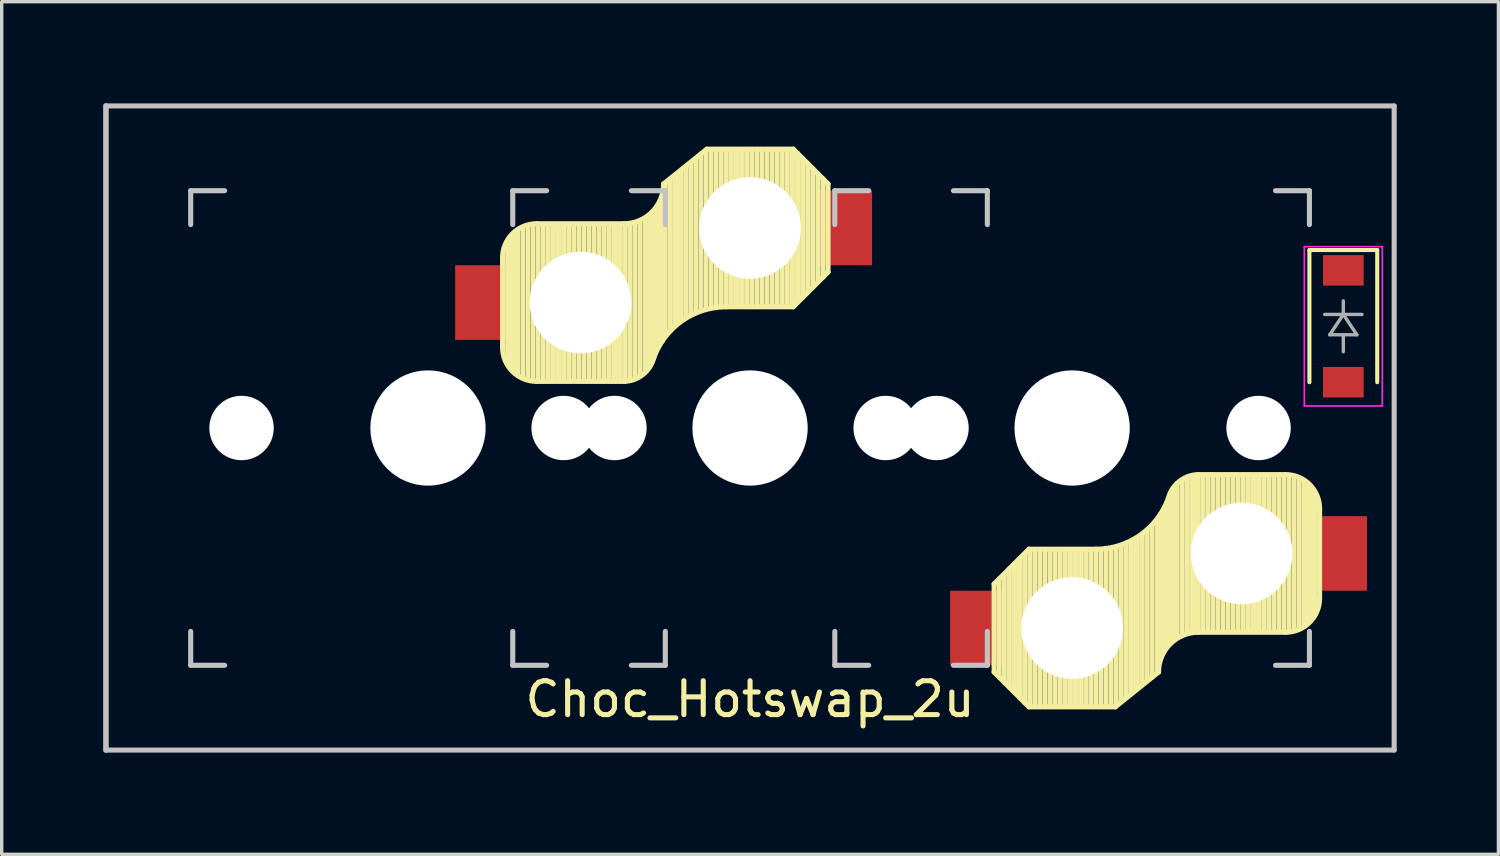
<source format=kicad_pcb>
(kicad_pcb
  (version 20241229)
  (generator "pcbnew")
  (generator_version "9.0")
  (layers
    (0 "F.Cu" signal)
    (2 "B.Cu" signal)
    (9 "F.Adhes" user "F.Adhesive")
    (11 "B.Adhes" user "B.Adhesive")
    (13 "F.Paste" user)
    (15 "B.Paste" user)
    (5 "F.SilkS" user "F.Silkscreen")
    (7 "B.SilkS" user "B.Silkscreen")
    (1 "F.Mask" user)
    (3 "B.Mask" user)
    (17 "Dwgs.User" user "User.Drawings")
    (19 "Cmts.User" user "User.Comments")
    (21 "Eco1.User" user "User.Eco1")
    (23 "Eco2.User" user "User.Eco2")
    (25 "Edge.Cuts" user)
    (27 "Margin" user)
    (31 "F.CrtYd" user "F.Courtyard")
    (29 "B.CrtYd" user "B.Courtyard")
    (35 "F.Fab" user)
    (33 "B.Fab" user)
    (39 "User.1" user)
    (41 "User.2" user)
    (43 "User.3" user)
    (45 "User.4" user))
  (footprint "Choc_Hotswap_2u"
    (layer "F.Cu")
    (at 19.075 9.575)
    (property "Reference" "Choc_Hotswap_2u" (at 0 8 0) (layer "F.SilkS") (effects (font (size 1 1) (thickness 0.15))))
    (attr through_hole)
    (fp_line (start -7.3 -5.025) (end -7.3 -2.375) (stroke (width 0.15) (type solid)) (layer "F.SilkS"))
    (fp_line (start -7.15 -1.95) (end -7.15 -5.5) (stroke (width 0.15) (type solid)) (layer "F.SilkS"))
    (fp_line (start -7.05 -1.8) (end -7.05 -5.55) (stroke (width 0.15) (type solid)) (layer "F.SilkS"))
    (fp_line (start -6.95 -1.7) (end -6.95 -5.65) (stroke (width 0.15) (type solid)) (layer "F.SilkS"))
    (fp_line (start -6.85 -1.6) (end -6.85 -5.8) (stroke (width 0.15) (type solid)) (layer "F.SilkS"))
    (fp_line (start -6.7 -1.5) (end -6.7 -5.9) (stroke (width 0.15) (type solid)) (layer "F.SilkS"))
    (fp_line (start -6.55 -1.45) (end -6.55 -5.95) (stroke (width 0.15) (type solid)) (layer "F.SilkS"))
    (fp_line (start -6.4 -1.4) (end -6.4 -5.95) (stroke (width 0.15) (type solid)) (layer "F.SilkS"))
    (fp_line (start -6.3 -6.025) (end -3.725 -6.025) (stroke (width 0.15) (type solid)) (layer "F.SilkS"))
    (fp_line (start -6.3 -1.375) (end -3.7 -1.375) (stroke (width 0.15) (type solid)) (layer "F.SilkS"))
    (fp_line (start -6.25 -1.4) (end -6.25 -6) (stroke (width 0.15) (type solid)) (layer "F.SilkS"))
    (fp_line (start -6.1 -1.4) (end -6.1 -6) (stroke (width 0.15) (type solid)) (layer "F.SilkS"))
    (fp_line (start -5.95 -1.4) (end -5.95 -6) (stroke (width 0.15) (type solid)) (layer "F.SilkS"))
    (fp_line (start -5.8 -1.4) (end -5.8 -6) (stroke (width 0.15) (type solid)) (layer "F.SilkS"))
    (fp_line (start -5.65 -1.4) (end -5.65 -6) (stroke (width 0.15) (type solid)) (layer "F.SilkS"))
    (fp_line (start -5.5 -1.4) (end -5.5 -6) (stroke (width 0.15) (type solid)) (layer "F.SilkS"))
    (fp_line (start -5.35 -1.4) (end -5.35 -6) (stroke (width 0.15) (type solid)) (layer "F.SilkS"))
    (fp_line (start -5.2 -1.4) (end -5.2 -6) (stroke (width 0.15) (type solid)) (layer "F.SilkS"))
    (fp_line (start -5.05 -1.4) (end -5.05 -6) (stroke (width 0.15) (type solid)) (layer "F.SilkS"))
    (fp_line (start -4.9 -1.4) (end -4.9 -6) (stroke (width 0.15) (type solid)) (layer "F.SilkS"))
    (fp_line (start -4.75 -1.4) (end -4.75 -6) (stroke (width 0.15) (type solid)) (layer "F.SilkS"))
    (fp_line (start -4.6 -1.4) (end -4.6 -6) (stroke (width 0.15) (type solid)) (layer "F.SilkS"))
    (fp_line (start -4.45 -1.4) (end -4.45 -6) (stroke (width 0.15) (type solid)) (layer "F.SilkS"))
    (fp_line (start -4.3 -1.4) (end -4.3 -6) (stroke (width 0.15) (type solid)) (layer "F.SilkS"))
    (fp_line (start -4.15 -1.4) (end -4.15 -6) (stroke (width 0.15) (type solid)) (layer "F.SilkS"))
    (fp_line (start -4 -1.4) (end -4 -6) (stroke (width 0.15) (type solid)) (layer "F.SilkS"))
    (fp_line (start -3.85 -1.4) (end -3.85 -5.95) (stroke (width 0.15) (type solid)) (layer "F.SilkS"))
    (fp_line (start -3.7 -1.4) (end -3.7 -6) (stroke (width 0.15) (type solid)) (layer "F.SilkS"))
    (fp_line (start -3.55 -1.4) (end -3.55 -6) (stroke (width 0.15) (type solid)) (layer "F.SilkS"))
    (fp_line (start -3.4 -1.45) (end -3.4 -6) (stroke (width 0.15) (type solid)) (layer "F.SilkS"))
    (fp_line (start -3.25 -1.55) (end -3.25 -6.1) (stroke (width 0.15) (type solid)) (layer "F.SilkS"))
    (fp_line (start -3.1 -1.65) (end -3.1 -6.15) (stroke (width 0.15) (type solid)) (layer "F.SilkS"))
    (fp_line (start -3 -1.8) (end -3 -6.2) (stroke (width 0.15) (type solid)) (layer "F.SilkS"))
    (fp_line (start -2.9 -2.05) (end -2.9 -6.25) (stroke (width 0.15) (type solid)) (layer "F.SilkS"))
    (fp_line (start -2.8 -2.2) (end -2.8 -6.35) (stroke (width 0.15) (type solid)) (layer "F.SilkS"))
    (fp_line (start -2.7 -2.4) (end -2.7 -6.55) (stroke (width 0.15) (type solid)) (layer "F.SilkS"))
    (fp_line (start -2.6 -2.55) (end -2.6 -6.7) (stroke (width 0.15) (type solid)) (layer "F.SilkS"))
    (fp_line (start -2.5 -2.75) (end -2.5 -7.2) (stroke (width 0.15) (type solid)) (layer "F.SilkS"))
    (fp_line (start -2.35 -2.9) (end -2.35 -7.35) (stroke (width 0.15) (type solid)) (layer "F.SilkS"))
    (fp_line (start -2.2 -3.05) (end -2.2 -7.45) (stroke (width 0.15) (type solid)) (layer "F.SilkS"))
    (fp_line (start -2.05 -3.15) (end -2.05 -7.55) (stroke (width 0.15) (type solid)) (layer "F.SilkS"))
    (fp_line (start -1.9 -3.25) (end -1.9 -7.7) (stroke (width 0.15) (type solid)) (layer "F.SilkS"))
    (fp_line (start -1.75 -3.35) (end -1.75 -7.8) (stroke (width 0.15) (type solid)) (layer "F.SilkS"))
    (fp_line (start -1.6 -3.4) (end -1.6 -7.95) (stroke (width 0.15) (type solid)) (layer "F.SilkS"))
    (fp_line (start -1.45 -3.5) (end -1.45 -8.05) (stroke (width 0.15) (type solid)) (layer "F.SilkS"))
    (fp_line (start -1.3 -3.55) (end -1.3 -8.15) (stroke (width 0.15) (type solid)) (layer "F.SilkS"))
    (fp_line (start -1.275 -8.225) (end -2.55 -7.2) (stroke (width 0.15) (type solid)) (layer "F.SilkS"))
    (fp_line (start -1.275 -8.225) (end 1.275 -8.225) (stroke (width 0.15) (type solid)) (layer "F.SilkS"))
    (fp_line (start -1.15 -3.55) (end -1.15 -8.2) (stroke (width 0.15) (type solid)) (layer "F.SilkS"))
    (fp_line (start -1 -3.55) (end -1 -8.2) (stroke (width 0.15) (type solid)) (layer "F.SilkS"))
    (fp_line (start -0.85 -3.6) (end -0.85 -8.15) (stroke (width 0.15) (type solid)) (layer "F.SilkS"))
    (fp_line (start -0.7 -3.6) (end -0.7 -8.2) (stroke (width 0.15) (type solid)) (layer "F.SilkS"))
    (fp_line (start -0.7 -3.575) (end 1.275 -3.575) (stroke (width 0.15) (type solid)) (layer "F.SilkS"))
    (fp_line (start -0.55 -3.6) (end -0.55 -8.2) (stroke (width 0.15) (type solid)) (layer "F.SilkS"))
    (fp_line (start -0.4 -3.6) (end -0.4 -8.2) (stroke (width 0.15) (type solid)) (layer "F.SilkS"))
    (fp_line (start -0.25 -3.6) (end -0.25 -8.2) (stroke (width 0.15) (type solid)) (layer "F.SilkS"))
    (fp_line (start -0.1 -3.6) (end -0.1 -8.2) (stroke (width 0.15) (type solid)) (layer "F.SilkS"))
    (fp_line (start 0.05 -3.6) (end 0.05 -8.2) (stroke (width 0.15) (type solid)) (layer "F.SilkS"))
    (fp_line (start 0.2 -3.6) (end 0.2 -8.2) (stroke (width 0.15) (type solid)) (layer "F.SilkS"))
    (fp_line (start 0.35 -3.6) (end 0.35 -8.2) (stroke (width 0.15) (type solid)) (layer "F.SilkS"))
    (fp_line (start 0.5 -3.6) (end 0.5 -8.2) (stroke (width 0.15) (type solid)) (layer "F.SilkS"))
    (fp_line (start 0.65 -3.6) (end 0.65 -8.2) (stroke (width 0.15) (type solid)) (layer "F.SilkS"))
    (fp_line (start 0.8 -3.6) (end 0.8 -8.2) (stroke (width 0.15) (type solid)) (layer "F.SilkS"))
    (fp_line (start 0.95 -3.6) (end 0.95 -8.2) (stroke (width 0.15) (type solid)) (layer "F.SilkS"))
    (fp_line (start 1.1 -3.6) (end 1.1 -8.2) (stroke (width 0.15) (type solid)) (layer "F.SilkS"))
    (fp_line (start 1.25 -3.6) (end 1.25 -8.2) (stroke (width 0.15) (type solid)) (layer "F.SilkS"))
    (fp_line (start 1.4 -3.75) (end 1.4 -8.1) (stroke (width 0.15) (type solid)) (layer "F.SilkS"))
    (fp_line (start 1.55 -3.85) (end 1.55 -7.95) (stroke (width 0.15) (type solid)) (layer "F.SilkS"))
    (fp_line (start 1.7 -4) (end 1.7 -7.8) (stroke (width 0.15) (type solid)) (layer "F.SilkS"))
    (fp_line (start 1.85 -4.15) (end 1.85 -7.65) (stroke (width 0.15) (type solid)) (layer "F.SilkS"))
    (fp_line (start 2 -4.35) (end 2 -7.5) (stroke (width 0.15) (type solid)) (layer "F.SilkS"))
    (fp_line (start 2.15 -4.45) (end 2.15 -7.35) (stroke (width 0.15) (type solid)) (layer "F.SilkS"))
    (fp_line (start 2.3 -7.2) (end 1.275 -8.225) (stroke (width 0.15) (type solid)) (layer "F.SilkS"))
    (fp_line (start 2.3 -7.2) (end 2.3 -4.6) (stroke (width 0.15) (type solid)) (layer "F.SilkS"))
    (fp_line (start 2.3 -4.6) (end 1.275 -3.575) (stroke (width 0.15) (type solid)) (layer "F.SilkS"))
    (fp_line (start 7.2 4.6) (end 8.225 3.575) (stroke (width 0.15) (type solid)) (layer "F.SilkS"))
    (fp_line (start 7.2 7.2) (end 7.2 4.6) (stroke (width 0.15) (type solid)) (layer "F.SilkS"))
    (fp_line (start 7.2 7.2) (end 8.225 8.225) (stroke (width 0.15) (type solid)) (layer "F.SilkS"))
    (fp_line (start 7.35 4.45) (end 7.35 7.35) (stroke (width 0.15) (type solid)) (layer "F.SilkS"))
    (fp_line (start 7.5 4.35) (end 7.5 7.5) (stroke (width 0.15) (type solid)) (layer "F.SilkS"))
    (fp_line (start 7.65 4.15) (end 7.65 7.65) (stroke (width 0.15) (type solid)) (layer "F.SilkS"))
    (fp_line (start 7.8 4) (end 7.8 7.8) (stroke (width 0.15) (type solid)) (layer "F.SilkS"))
    (fp_line (start 7.95 3.85) (end 7.95 7.95) (stroke (width 0.15) (type solid)) (layer "F.SilkS"))
    (fp_line (start 8.1 3.75) (end 8.1 8.1) (stroke (width 0.15) (type solid)) (layer "F.SilkS"))
    (fp_line (start 8.25 3.6) (end 8.25 8.2) (stroke (width 0.15) (type solid)) (layer "F.SilkS"))
    (fp_line (start 8.4 3.6) (end 8.4 8.2) (stroke (width 0.15) (type solid)) (layer "F.SilkS"))
    (fp_line (start 8.55 3.6) (end 8.55 8.2) (stroke (width 0.15) (type solid)) (layer "F.SilkS"))
    (fp_line (start 8.7 3.6) (end 8.7 8.2) (stroke (width 0.15) (type solid)) (layer "F.SilkS"))
    (fp_line (start 8.85 3.6) (end 8.85 8.2) (stroke (width 0.15) (type solid)) (layer "F.SilkS"))
    (fp_line (start 9 3.6) (end 9 8.2) (stroke (width 0.15) (type solid)) (layer "F.SilkS"))
    (fp_line (start 9.15 3.6) (end 9.15 8.2) (stroke (width 0.15) (type solid)) (layer "F.SilkS"))
    (fp_line (start 9.3 3.6) (end 9.3 8.2) (stroke (width 0.15) (type solid)) (layer "F.SilkS"))
    (fp_line (start 9.45 3.6) (end 9.45 8.2) (stroke (width 0.15) (type solid)) (layer "F.SilkS"))
    (fp_line (start 9.6 3.6) (end 9.6 8.2) (stroke (width 0.15) (type solid)) (layer "F.SilkS"))
    (fp_line (start 9.75 3.6) (end 9.75 8.2) (stroke (width 0.15) (type solid)) (layer "F.SilkS"))
    (fp_line (start 9.9 3.6) (end 9.9 8.2) (stroke (width 0.15) (type solid)) (layer "F.SilkS"))
    (fp_line (start 10.05 3.6) (end 10.05 8.2) (stroke (width 0.15) (type solid)) (layer "F.SilkS"))
    (fp_line (start 10.2 3.575) (end 8.225 3.575) (stroke (width 0.15) (type solid)) (layer "F.SilkS"))
    (fp_line (start 10.2 3.6) (end 10.2 8.2) (stroke (width 0.15) (type solid)) (layer "F.SilkS"))
    (fp_line (start 10.35 3.6) (end 10.35 8.15) (stroke (width 0.15) (type solid)) (layer "F.SilkS"))
    (fp_line (start 10.5 3.55) (end 10.5 8.2) (stroke (width 0.15) (type solid)) (layer "F.SilkS"))
    (fp_line (start 10.65 3.55) (end 10.65 8.2) (stroke (width 0.15) (type solid)) (layer "F.SilkS"))
    (fp_line (start 10.775 8.225) (end 8.225 8.225) (stroke (width 0.15) (type solid)) (layer "F.SilkS"))
    (fp_line (start 10.775 8.225) (end 12.05 7.2) (stroke (width 0.15) (type solid)) (layer "F.SilkS"))
    (fp_line (start 10.8 3.55) (end 10.8 8.15) (stroke (width 0.15) (type solid)) (layer "F.SilkS"))
    (fp_line (start 10.95 3.5) (end 10.95 8.05) (stroke (width 0.15) (type solid)) (layer "F.SilkS"))
    (fp_line (start 11.1 3.4) (end 11.1 7.95) (stroke (width 0.15) (type solid)) (layer "F.SilkS"))
    (fp_line (start 11.25 3.35) (end 11.25 7.8) (stroke (width 0.15) (type solid)) (layer "F.SilkS"))
    (fp_line (start 11.4 3.25) (end 11.4 7.7) (stroke (width 0.15) (type solid)) (layer "F.SilkS"))
    (fp_line (start 11.55 3.15) (end 11.55 7.55) (stroke (width 0.15) (type solid)) (layer "F.SilkS"))
    (fp_line (start 11.7 3.05) (end 11.7 7.45) (stroke (width 0.15) (type solid)) (layer "F.SilkS"))
    (fp_line (start 11.85 2.9) (end 11.85 7.35) (stroke (width 0.15) (type solid)) (layer "F.SilkS"))
    (fp_line (start 12 2.75) (end 12 7.2) (stroke (width 0.15) (type solid)) (layer "F.SilkS"))
    (fp_line (start 12.1 2.55) (end 12.1 6.7) (stroke (width 0.15) (type solid)) (layer "F.SilkS"))
    (fp_line (start 12.2 2.4) (end 12.2 6.55) (stroke (width 0.15) (type solid)) (layer "F.SilkS"))
    (fp_line (start 12.3 2.2) (end 12.3 6.35) (stroke (width 0.15) (type solid)) (layer "F.SilkS"))
    (fp_line (start 12.4 2.05) (end 12.4 6.25) (stroke (width 0.15) (type solid)) (layer "F.SilkS"))
    (fp_line (start 12.5 1.8) (end 12.5 6.2) (stroke (width 0.15) (type solid)) (layer "F.SilkS"))
    (fp_line (start 12.6 1.65) (end 12.6 6.15) (stroke (width 0.15) (type solid)) (layer "F.SilkS"))
    (fp_line (start 12.75 1.55) (end 12.75 6.1) (stroke (width 0.15) (type solid)) (layer "F.SilkS"))
    (fp_line (start 12.9 1.45) (end 12.9 6) (stroke (width 0.15) (type solid)) (layer "F.SilkS"))
    (fp_line (start 13.05 1.4) (end 13.05 6) (stroke (width 0.15) (type solid)) (layer "F.SilkS"))
    (fp_line (start 13.2 1.4) (end 13.2 6) (stroke (width 0.15) (type solid)) (layer "F.SilkS"))
    (fp_line (start 13.35 1.4) (end 13.35 5.95) (stroke (width 0.15) (type solid)) (layer "F.SilkS"))
    (fp_line (start 13.5 1.4) (end 13.5 6) (stroke (width 0.15) (type solid)) (layer "F.SilkS"))
    (fp_line (start 13.65 1.4) (end 13.65 6) (stroke (width 0.15) (type solid)) (layer "F.SilkS"))
    (fp_line (start 13.8 1.4) (end 13.8 6) (stroke (width 0.15) (type solid)) (layer "F.SilkS"))
    (fp_line (start 13.95 1.4) (end 13.95 6) (stroke (width 0.15) (type solid)) (layer "F.SilkS"))
    (fp_line (start 14.1 1.4) (end 14.1 6) (stroke (width 0.15) (type solid)) (layer "F.SilkS"))
    (fp_line (start 14.25 1.4) (end 14.25 6) (stroke (width 0.15) (type solid)) (layer "F.SilkS"))
    (fp_line (start 14.4 1.4) (end 14.4 6) (stroke (width 0.15) (type solid)) (layer "F.SilkS"))
    (fp_line (start 14.55 1.4) (end 14.55 6) (stroke (width 0.15) (type solid)) (layer "F.SilkS"))
    (fp_line (start 14.7 1.4) (end 14.7 6) (stroke (width 0.15) (type solid)) (layer "F.SilkS"))
    (fp_line (start 14.85 1.4) (end 14.85 6) (stroke (width 0.15) (type solid)) (layer "F.SilkS"))
    (fp_line (start 15 1.4) (end 15 6) (stroke (width 0.15) (type solid)) (layer "F.SilkS"))
    (fp_line (start 15.15 1.4) (end 15.15 6) (stroke (width 0.15) (type solid)) (layer "F.SilkS"))
    (fp_line (start 15.3 1.4) (end 15.3 6) (stroke (width 0.15) (type solid)) (layer "F.SilkS"))
    (fp_line (start 15.45 1.4) (end 15.45 6) (stroke (width 0.15) (type solid)) (layer "F.SilkS"))
    (fp_line (start 15.6 1.4) (end 15.6 6) (stroke (width 0.15) (type solid)) (layer "F.SilkS"))
    (fp_line (start 15.75 1.4) (end 15.75 6) (stroke (width 0.15) (type solid)) (layer "F.SilkS"))
    (fp_line (start 15.8 1.375) (end 13.2 1.375) (stroke (width 0.15) (type solid)) (layer "F.SilkS"))
    (fp_line (start 15.8 6.025) (end 13.225 6.025) (stroke (width 0.15) (type solid)) (layer "F.SilkS"))
    (fp_line (start 15.9 1.4) (end 15.9 5.95) (stroke (width 0.15) (type solid)) (layer "F.SilkS"))
    (fp_line (start 16.05 1.45) (end 16.05 5.95) (stroke (width 0.15) (type solid)) (layer "F.SilkS"))
    (fp_line (start 16.2 1.5) (end 16.2 5.9) (stroke (width 0.15) (type solid)) (layer "F.SilkS"))
    (fp_line (start 16.35 1.6) (end 16.35 5.8) (stroke (width 0.15) (type solid)) (layer "F.SilkS"))
    (fp_line (start 16.45 1.7) (end 16.45 5.65) (stroke (width 0.15) (type solid)) (layer "F.SilkS"))
    (fp_line (start 16.5 -5.25) (end 16.5 -1.35) (stroke (width 0.12) (type solid)) (layer "F.SilkS"))
    (fp_line (start 16.55 1.8) (end 16.55 5.55) (stroke (width 0.15) (type solid)) (layer "F.SilkS"))
    (fp_line (start 16.65 1.95) (end 16.65 5.5) (stroke (width 0.15) (type solid)) (layer "F.SilkS"))
    (fp_line (start 16.8 5.025) (end 16.8 2.375) (stroke (width 0.15) (type solid)) (layer "F.SilkS"))
    (fp_line (start 18.5 -5.25) (end 16.5 -5.25) (stroke (width 0.12) (type solid)) (layer "F.SilkS"))
    (fp_line (start 18.5 -5.25) (end 18.5 -1.35) (stroke (width 0.12) (type solid)) (layer "F.SilkS"))
    (fp_arc (start -7.3 -5.025) (mid -7.007107 -5.732107) (end -6.3 -6.025) (stroke (width 0.15) (type solid)) (layer "F.SilkS"))
    (fp_arc (start -6.3 -1.375) (mid -7.007107 -1.667893) (end -7.3 -2.375) (stroke (width 0.15) (type solid)) (layer "F.SilkS"))
    (fp_arc (start -2.837801 -2.078096) (mid -3.151716 -1.583979) (end -3.699005 -1.376209) (stroke (width 0.15) (type solid)) (layer "F.SilkS"))
    (fp_arc (start -2.837801 -2.078096) (mid -2.004887 -3.163571) (end -0.7 -3.575) (stroke (width 0.15) (type solid)) (layer "F.SilkS"))
    (fp_arc (start -2.55 -7.2) (mid -2.89415 -6.36915) (end -3.725 -6.025) (stroke (width 0.15) (type solid)) (layer "F.SilkS"))
    (fp_arc (start 12.05 7.2) (mid 12.39415 6.36915) (end 13.225 6.025) (stroke (width 0.15) (type solid)) (layer "F.SilkS"))
    (fp_arc (start 12.337801 2.078096) (mid 11.504887 3.163571) (end 10.2 3.575) (stroke (width 0.15) (type solid)) (layer "F.SilkS"))
    (fp_arc (start 12.337801 2.078096) (mid 12.651716 1.583979) (end 13.199005 1.376209) (stroke (width 0.15) (type solid)) (layer "F.SilkS"))
    (fp_arc (start 15.8 1.375) (mid 16.507107 1.667893) (end 16.8 2.375) (stroke (width 0.15) (type solid)) (layer "F.SilkS"))
    (fp_arc (start 16.8 5.025) (mid 16.507107 5.732107) (end 15.8 6.025) (stroke (width 0.15) (type solid)) (layer "F.SilkS"))
    (fp_line (start -19 -9.5) (end -19 9.5) (stroke (width 0.15) (type solid)) (layer "Dwgs.User"))
    (fp_line (start -19 -9.5) (end 19 -9.5) (stroke (width 0.15) (type solid)) (layer "Dwgs.User"))
    (fp_line (start -19 9.5) (end -19 -9.5) (stroke (width 0.15) (type solid)) (layer "Dwgs.User"))
    (fp_line (start -16.5 -7) (end -15.5 -7) (stroke (width 0.15) (type solid)) (layer "Dwgs.User"))
    (fp_line (start -16.5 -6) (end -16.5 -7) (stroke (width 0.15) (type solid)) (layer "Dwgs.User"))
    (fp_line (start -16.5 7) (end -16.5 6) (stroke (width 0.15) (type solid)) (layer "Dwgs.User"))
    (fp_line (start -15.5 7) (end -16.5 7) (stroke (width 0.15) (type solid)) (layer "Dwgs.User"))
    (fp_line (start -7 -7) (end -7 -6) (stroke (width 0.15) (type solid)) (layer "Dwgs.User"))
    (fp_line (start -7 6) (end -7 7) (stroke (width 0.15) (type solid)) (layer "Dwgs.User"))
    (fp_line (start -7 7) (end -6 7) (stroke (width 0.15) (type solid)) (layer "Dwgs.User"))
    (fp_line (start -6 -7) (end -7 -7) (stroke (width 0.15) (type solid)) (layer "Dwgs.User"))
    (fp_line (start -3.5 7) (end -2.5 7) (stroke (width 0.15) (type solid)) (layer "Dwgs.User"))
    (fp_line (start -2.5 -7) (end -3.5 -7) (stroke (width 0.15) (type solid)) (layer "Dwgs.User"))
    (fp_line (start -2.5 -6) (end -2.5 -7) (stroke (width 0.15) (type solid)) (layer "Dwgs.User"))
    (fp_line (start -2.5 7) (end -2.5 6) (stroke (width 0.15) (type solid)) (layer "Dwgs.User"))
    (fp_line (start 2.5 -7) (end 3.5 -7) (stroke (width 0.15) (type solid)) (layer "Dwgs.User"))
    (fp_line (start 2.5 -6) (end 2.5 -7) (stroke (width 0.15) (type solid)) (layer "Dwgs.User"))
    (fp_line (start 2.5 7) (end 2.5 6) (stroke (width 0.15) (type solid)) (layer "Dwgs.User"))
    (fp_line (start 3.5 7) (end 2.5 7) (stroke (width 0.15) (type solid)) (layer "Dwgs.User"))
    (fp_line (start 6 -7) (end 7 -7) (stroke (width 0.15) (type solid)) (layer "Dwgs.User"))
    (fp_line (start 7 -7) (end 7 -6) (stroke (width 0.15) (type solid)) (layer "Dwgs.User"))
    (fp_line (start 7 6) (end 7 7) (stroke (width 0.15) (type solid)) (layer "Dwgs.User"))
    (fp_line (start 7 7) (end 6 7) (stroke (width 0.15) (type solid)) (layer "Dwgs.User"))
    (fp_line (start 15.5 7) (end 16.5 7) (stroke (width 0.15) (type solid)) (layer "Dwgs.User"))
    (fp_line (start 16.5 -7) (end 15.5 -7) (stroke (width 0.15) (type solid)) (layer "Dwgs.User"))
    (fp_line (start 16.5 -6) (end 16.5 -7) (stroke (width 0.15) (type solid)) (layer "Dwgs.User"))
    (fp_line (start 16.5 7) (end 16.5 6) (stroke (width 0.15) (type solid)) (layer "Dwgs.User"))
    (fp_line (start 19 -9.5) (end 19 9.5) (stroke (width 0.15) (type solid)) (layer "Dwgs.User"))
    (fp_line (start 19 9.5) (end -19 9.5) (stroke (width 0.15) (type solid)) (layer "Dwgs.User"))
    (fp_line (start 16.35 -0.65) (end 16.35 -5.35) (stroke (width 0.05) (type solid)) (layer "F.CrtYd"))
    (fp_line (start 18.65 -5.35) (end 16.35 -5.35) (stroke (width 0.05) (type solid)) (layer "F.CrtYd"))
    (fp_line (start 18.65 -5.35) (end 18.65 -0.65) (stroke (width 0.05) (type solid)) (layer "F.CrtYd"))
    (fp_line (start 18.65 -0.65) (end 16.35 -0.65) (stroke (width 0.05) (type solid)) (layer "F.CrtYd"))
    (fp_line (start 17.1 -2.75) (end 17.5 -3.35) (stroke (width 0.1) (type solid)) (layer "F.Fab"))
    (fp_line (start 17.5 -3.75) (end 17.5 -3.35) (stroke (width 0.1) (type solid)) (layer "F.Fab"))
    (fp_line (start 17.5 -3.35) (end 16.95 -3.35) (stroke (width 0.1) (type solid)) (layer "F.Fab"))
    (fp_line (start 17.5 -3.35) (end 17.9 -2.75) (stroke (width 0.1) (type solid)) (layer "F.Fab"))
    (fp_line (start 17.5 -3.35) (end 18.05 -3.35) (stroke (width 0.1) (type solid)) (layer "F.Fab"))
    (fp_line (start 17.5 -2.75) (end 17.5 -2.25) (stroke (width 0.1) (type solid)) (layer "F.Fab"))
    (fp_line (start 17.9 -2.75) (end 17.1 -2.75) (stroke (width 0.1) (type solid)) (layer "F.Fab"))
    (pad "" np_thru_hole circle (at -15 0 180) (size 1.9 1.9) (drill 1.9) (layers "*.Cu" "*.Mask"))
    (pad "" np_thru_hole circle (at -9.5 0 90) (size 3.4 3.4) (drill 5) (layers "*.Cu" "*.Mask"))
    (pad "" np_thru_hole circle (at -5.5 0) (size 1.9 1.9) (drill 1.9) (layers "*.Cu" "*.Mask"))
    (pad "" np_thru_hole circle (at -5 -3.7 90) (size 3 3) (drill 3) (layers "*.Cu" "*.Mask"))
    (pad "" np_thru_hole circle (at -4 0 180) (size 1.9 1.9) (drill 1.9) (layers "*.Cu" "*.Mask"))
    (pad "" np_thru_hole circle (at 0 -5.9 270) (size 3 3) (drill 3) (layers "*.Cu" "*.Mask"))
    (pad "" np_thru_hole circle (at 0 0 270) (size 3.4 3.4) (drill 5) (layers "*.Cu" "*.Mask"))
    (pad "" np_thru_hole circle (at 4 0 180) (size 1.9 1.9) (drill 1.9) (layers "*.Cu" "*.Mask"))
    (pad "" np_thru_hole circle (at 5.5 0) (size 1.9 1.9) (drill 1.9) (layers "*.Cu" "*.Mask"))
    (pad "" np_thru_hole circle (at 9.5 0 90) (size 3.4 3.4) (drill 5) (layers "*.Cu" "*.Mask"))
    (pad "" np_thru_hole circle (at 9.5 5.9 90) (size 3 3) (drill 3) (layers "*.Cu" "*.Mask"))
    (pad "" np_thru_hole circle (at 14.5 3.7 270) (size 3 3) (drill 3) (layers "*.Cu" "*.Mask"))
    (pad "" np_thru_hole circle (at 15 0 180) (size 1.9 1.9) (drill 1.9) (layers "*.Cu" "*.Mask"))
    (pad "1" smd rect (at 2.8 -5.9) (size 1.6 2.2) (layers "F.Cu" "F.Mask" "F.Paste"))
    (pad "1" smd rect (at 6.7 5.9 180) (size 1.6 2.2) (layers "F.Cu" "F.Mask" "F.Paste"))
    (pad "2" smd rect (at -7.9 -3.7) (size 1.6 2.2) (layers "F.Cu" "F.Mask" "F.Paste"))
    (pad "2" smd rect (at 17.4 3.7 180) (size 1.6 2.2) (layers "F.Cu" "F.Mask" "F.Paste"))
    (pad "2" smd rect (at 17.5 -1.35 270) (size 0.9 1.2) (layers "F.Cu" "F.Mask" "F.Paste"))
    (pad "3" smd rect (at 17.5 -4.65 270) (size 0.9 1.2) (layers "F.Cu" "F.Mask" "F.Paste")))
  (gr_rect
    (start -3 -3)
    (end 41.15 22.15)
    (stroke (width 0.1) (type default))
    (fill no)
    (layer "Edge.Cuts")))
</source>
